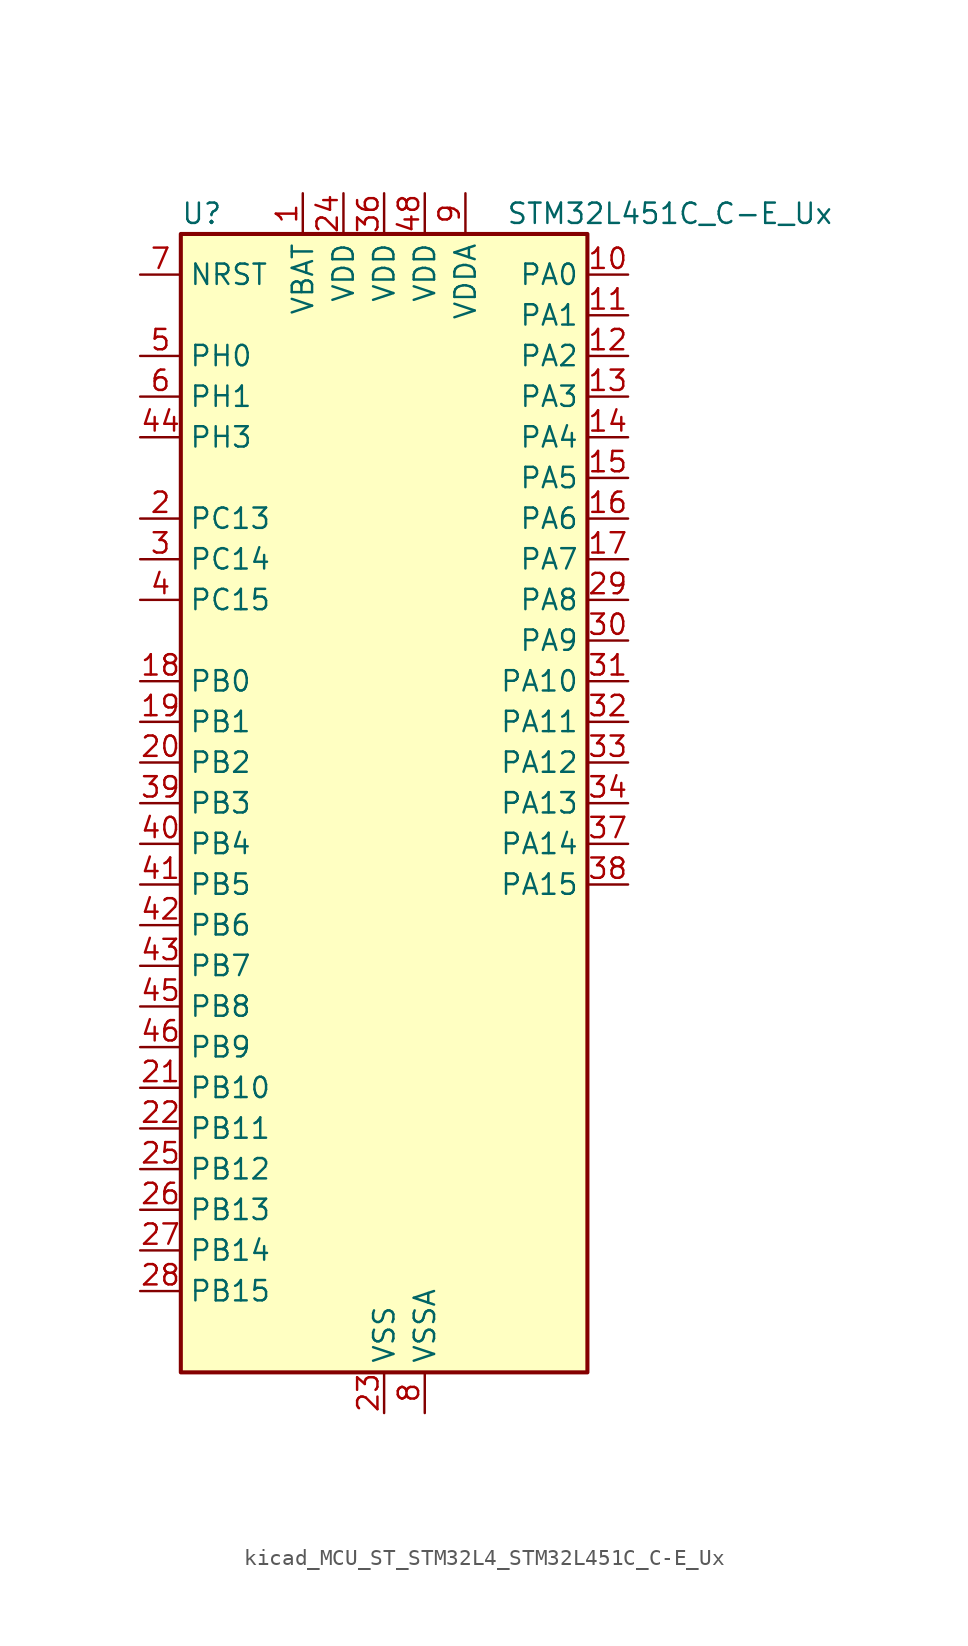
<source format=kicad_sym>
(kicad_symbol_lib
  (version 20220914)
  (generator kicad_symbol_editor)
  (symbol "kicad_MCU_ST_STM32L4_STM32L451C_C-E_Ux"
    (property "Reference" "U"
      (at -12.7 36.83 0)
      (effects (font (size 1.27 1.27)) (justify left)))
    (property "Value" "STM32L451C_C-E_Ux"
      (at 7.62 36.83 0)
      (effects (font (size 1.27 1.27)) (justify left)))
    (property "ki_locked" ""
      (at 0 0 0)
      (effects (font (size 1.27 1.27))))
    (symbol "kicad_MCU_ST_STM32L4_STM32L451C_C-E_Ux_0_1"
      (rectangle (start -12.7 -35.56) (end 12.7 35.56) (stroke (width 0.254) (type default)) (fill (type background))))
    (symbol "kicad_MCU_ST_STM32L4_STM32L451C_C-E_Ux_1_1"
      (pin power_in line (at -5.08 38.1 270) (length 2.54) (name "VBAT" (effects (font (size 1.27 1.27)))) (number "1" (effects (font (size 1.27 1.27)))))
      (pin bidirectional line (at 15.24 33.02 180) (length 2.54) (name "PA0" (effects (font (size 1.27 1.27)))) (number "10" (effects (font (size 1.27 1.27)))) (alternate "ADC1_IN5" bidirectional line) (alternate "COMP1_INM" bidirectional line) (alternate "COMP1_OUT" bidirectional line) (alternate "OPAMP1_VINP" bidirectional line) (alternate "RTC_TAMP2" bidirectional line) (alternate "SAI1_EXTCLK" bidirectional line) (alternate "SYS_WKUP1" bidirectional line) (alternate "TIM2_CH1" bidirectional line) (alternate "TIM2_ETR" bidirectional line) (alternate "UART4_TX" bidirectional line) (alternate "USART2_CTS" bidirectional line))
      (pin bidirectional line (at 15.24 30.48 180) (length 2.54) (name "PA1" (effects (font (size 1.27 1.27)))) (number "11" (effects (font (size 1.27 1.27)))) (alternate "ADC1_IN6" bidirectional line) (alternate "COMP1_INP" bidirectional line) (alternate "I2C1_SMBA" bidirectional line) (alternate "OPAMP1_VINM" bidirectional line) (alternate "SPI1_SCK" bidirectional line) (alternate "TIM15_CH1N" bidirectional line) (alternate "TIM2_CH2" bidirectional line) (alternate "UART4_RX" bidirectional line) (alternate "USART2_DE" bidirectional line) (alternate "USART2_RTS" bidirectional line))
      (pin bidirectional line (at 15.24 27.94 180) (length 2.54) (name "PA2" (effects (font (size 1.27 1.27)))) (number "12" (effects (font (size 1.27 1.27)))) (alternate "ADC1_IN7" bidirectional line) (alternate "COMP2_INM" bidirectional line) (alternate "COMP2_OUT" bidirectional line) (alternate "LPUART1_TX" bidirectional line) (alternate "QUADSPI_BK1_NCS" bidirectional line) (alternate "RCC_LSCO" bidirectional line) (alternate "SYS_WKUP4" bidirectional line) (alternate "TIM15_CH1" bidirectional line) (alternate "TIM2_CH3" bidirectional line) (alternate "USART2_TX" bidirectional line))
      (pin bidirectional line (at 15.24 25.4 180) (length 2.54) (name "PA3" (effects (font (size 1.27 1.27)))) (number "13" (effects (font (size 1.27 1.27)))) (alternate "ADC1_IN8" bidirectional line) (alternate "COMP2_INP" bidirectional line) (alternate "LPUART1_RX" bidirectional line) (alternate "OPAMP1_VOUT" bidirectional line) (alternate "QUADSPI_CLK" bidirectional line) (alternate "SAI1_MCLK_A" bidirectional line) (alternate "TIM15_CH2" bidirectional line) (alternate "TIM2_CH4" bidirectional line) (alternate "USART2_RX" bidirectional line))
      (pin bidirectional line (at 15.24 22.86 180) (length 2.54) (name "PA4" (effects (font (size 1.27 1.27)))) (number "14" (effects (font (size 1.27 1.27)))) (alternate "ADC1_IN9" bidirectional line) (alternate "COMP1_INM" bidirectional line) (alternate "COMP2_INM" bidirectional line) (alternate "DAC1_OUT1" bidirectional line) (alternate "LPTIM2_OUT" bidirectional line) (alternate "SAI1_FS_B" bidirectional line) (alternate "SPI1_NSS" bidirectional line) (alternate "SPI3_NSS" bidirectional line) (alternate "USART2_CK" bidirectional line))
      (pin bidirectional line (at 15.24 20.32 180) (length 2.54) (name "PA5" (effects (font (size 1.27 1.27)))) (number "15" (effects (font (size 1.27 1.27)))) (alternate "ADC1_IN10" bidirectional line) (alternate "COMP1_INM" bidirectional line) (alternate "COMP2_INM" bidirectional line) (alternate "DFSDM1_CKOUT" bidirectional line) (alternate "LPTIM2_ETR" bidirectional line) (alternate "SPI1_SCK" bidirectional line) (alternate "TIM2_CH1" bidirectional line) (alternate "TIM2_ETR" bidirectional line))
      (pin bidirectional line (at 15.24 17.78 180) (length 2.54) (name "PA6" (effects (font (size 1.27 1.27)))) (number "16" (effects (font (size 1.27 1.27)))) (alternate "ADC1_IN11" bidirectional line) (alternate "COMP1_OUT" bidirectional line) (alternate "LPUART1_CTS" bidirectional line) (alternate "QUADSPI_BK1_IO3" bidirectional line) (alternate "SPI1_MISO" bidirectional line) (alternate "TIM16_CH1" bidirectional line) (alternate "TIM1_BKIN" bidirectional line) (alternate "TIM1_BKIN_COMP2" bidirectional line) (alternate "TIM3_CH1" bidirectional line) (alternate "USART3_CTS" bidirectional line))
      (pin bidirectional line (at 15.24 15.24 180) (length 2.54) (name "PA7" (effects (font (size 1.27 1.27)))) (number "17" (effects (font (size 1.27 1.27)))) (alternate "ADC1_IN12" bidirectional line) (alternate "COMP2_OUT" bidirectional line) (alternate "DFSDM1_DATIN0" bidirectional line) (alternate "I2C3_SCL" bidirectional line) (alternate "QUADSPI_BK1_IO2" bidirectional line) (alternate "SPI1_MOSI" bidirectional line) (alternate "TIM1_CH1N" bidirectional line) (alternate "TIM3_CH2" bidirectional line))
      (pin bidirectional line (at -15.24 7.62 0) (length 2.54) (name "PB0" (effects (font (size 1.27 1.27)))) (number "18" (effects (font (size 1.27 1.27)))) (alternate "ADC1_IN15" bidirectional line) (alternate "COMP1_OUT" bidirectional line) (alternate "DFSDM1_CKIN0" bidirectional line) (alternate "QUADSPI_BK1_IO1" bidirectional line) (alternate "SAI1_EXTCLK" bidirectional line) (alternate "SPI1_NSS" bidirectional line) (alternate "TIM1_CH2N" bidirectional line) (alternate "TIM3_CH3" bidirectional line) (alternate "USART3_CK" bidirectional line))
      (pin bidirectional line (at -15.24 5.08 0) (length 2.54) (name "PB1" (effects (font (size 1.27 1.27)))) (number "19" (effects (font (size 1.27 1.27)))) (alternate "ADC1_IN16" bidirectional line) (alternate "COMP1_INM" bidirectional line) (alternate "DFSDM1_DATIN0" bidirectional line) (alternate "LPTIM2_IN1" bidirectional line) (alternate "LPUART1_DE" bidirectional line) (alternate "LPUART1_RTS" bidirectional line) (alternate "QUADSPI_BK1_IO0" bidirectional line) (alternate "TIM1_CH3N" bidirectional line) (alternate "TIM3_CH4" bidirectional line) (alternate "USART3_DE" bidirectional line) (alternate "USART3_RTS" bidirectional line))
      (pin bidirectional line (at -15.24 17.78 0) (length 2.54) (name "PC13" (effects (font (size 1.27 1.27)))) (number "2" (effects (font (size 1.27 1.27)))) (alternate "RTC_OUT_ALARM" bidirectional line) (alternate "RTC_OUT_CALIB" bidirectional line) (alternate "RTC_TAMP1" bidirectional line) (alternate "RTC_TS" bidirectional line) (alternate "SYS_WKUP2" bidirectional line))
      (pin bidirectional line (at -15.24 2.54 0) (length 2.54) (name "PB2" (effects (font (size 1.27 1.27)))) (number "20" (effects (font (size 1.27 1.27)))) (alternate "COMP1_INP" bidirectional line) (alternate "DFSDM1_CKIN0" bidirectional line) (alternate "I2C3_SMBA" bidirectional line) (alternate "LPTIM1_OUT" bidirectional line) (alternate "RTC_OUT_ALARM" bidirectional line) (alternate "RTC_OUT_CALIB" bidirectional line))
      (pin bidirectional line (at -15.24 -17.78 0) (length 2.54) (name "PB10" (effects (font (size 1.27 1.27)))) (number "21" (effects (font (size 1.27 1.27)))) (alternate "COMP1_OUT" bidirectional line) (alternate "I2C2_SCL" bidirectional line) (alternate "I2C4_SCL" bidirectional line) (alternate "LPUART1_RX" bidirectional line) (alternate "QUADSPI_CLK" bidirectional line) (alternate "SAI1_SCK_A" bidirectional line) (alternate "SPI2_SCK" bidirectional line) (alternate "TIM2_CH3" bidirectional line) (alternate "TSC_SYNC" bidirectional line) (alternate "USART3_TX" bidirectional line))
      (pin bidirectional line (at -15.24 -20.32 0) (length 2.54) (name "PB11" (effects (font (size 1.27 1.27)))) (number "22" (effects (font (size 1.27 1.27)))) (alternate "ADC1_EXTI11" bidirectional line) (alternate "COMP2_OUT" bidirectional line) (alternate "I2C2_SDA" bidirectional line) (alternate "I2C4_SDA" bidirectional line) (alternate "LPUART1_TX" bidirectional line) (alternate "QUADSPI_BK1_NCS" bidirectional line) (alternate "TIM2_CH4" bidirectional line) (alternate "USART3_RX" bidirectional line))
      (pin power_in line (at 0 -38.1 90) (length 2.54) (name "VSS" (effects (font (size 1.27 1.27)))) (number "23" (effects (font (size 1.27 1.27)))))
      (pin power_in line (at -2.54 38.1 270) (length 2.54) (name "VDD" (effects (font (size 1.27 1.27)))) (number "24" (effects (font (size 1.27 1.27)))))
      (pin bidirectional line (at -15.24 -22.86 0) (length 2.54) (name "PB12" (effects (font (size 1.27 1.27)))) (number "25" (effects (font (size 1.27 1.27)))) (alternate "CAN1_RX" bidirectional line) (alternate "DFSDM1_DATIN1" bidirectional line) (alternate "I2C2_SMBA" bidirectional line) (alternate "LPUART1_DE" bidirectional line) (alternate "LPUART1_RTS" bidirectional line) (alternate "SAI1_FS_A" bidirectional line) (alternate "SPI2_NSS" bidirectional line) (alternate "TIM15_BKIN" bidirectional line) (alternate "TIM1_BKIN" bidirectional line) (alternate "TIM1_BKIN_COMP2" bidirectional line) (alternate "TSC_G1_IO1" bidirectional line) (alternate "USART3_CK" bidirectional line))
      (pin bidirectional line (at -15.24 -25.4 0) (length 2.54) (name "PB13" (effects (font (size 1.27 1.27)))) (number "26" (effects (font (size 1.27 1.27)))) (alternate "CAN1_TX" bidirectional line) (alternate "DFSDM1_CKIN1" bidirectional line) (alternate "I2C2_SCL" bidirectional line) (alternate "LPUART1_CTS" bidirectional line) (alternate "SAI1_SCK_A" bidirectional line) (alternate "SPI2_SCK" bidirectional line) (alternate "TIM15_CH1N" bidirectional line) (alternate "TIM1_CH1N" bidirectional line) (alternate "TSC_G1_IO2" bidirectional line) (alternate "USART3_CTS" bidirectional line))
      (pin bidirectional line (at -15.24 -27.94 0) (length 2.54) (name "PB14" (effects (font (size 1.27 1.27)))) (number "27" (effects (font (size 1.27 1.27)))) (alternate "DFSDM1_DATIN2" bidirectional line) (alternate "I2C2_SDA" bidirectional line) (alternate "SAI1_MCLK_A" bidirectional line) (alternate "SPI2_MISO" bidirectional line) (alternate "TIM15_CH1" bidirectional line) (alternate "TIM1_CH2N" bidirectional line) (alternate "TSC_G1_IO3" bidirectional line) (alternate "USART3_DE" bidirectional line) (alternate "USART3_RTS" bidirectional line))
      (pin bidirectional line (at -15.24 -30.48 0) (length 2.54) (name "PB15" (effects (font (size 1.27 1.27)))) (number "28" (effects (font (size 1.27 1.27)))) (alternate "ADC1_EXTI15" bidirectional line) (alternate "DFSDM1_CKIN2" bidirectional line) (alternate "RTC_REFIN" bidirectional line) (alternate "SAI1_SD_A" bidirectional line) (alternate "SPI2_MOSI" bidirectional line) (alternate "TIM15_CH2" bidirectional line) (alternate "TIM1_CH3N" bidirectional line) (alternate "TSC_G1_IO4" bidirectional line))
      (pin bidirectional line (at 15.24 12.7 180) (length 2.54) (name "PA8" (effects (font (size 1.27 1.27)))) (number "29" (effects (font (size 1.27 1.27)))) (alternate "DFSDM1_CKIN1" bidirectional line) (alternate "LPTIM2_OUT" bidirectional line) (alternate "RCC_MCO" bidirectional line) (alternate "SAI1_SCK_A" bidirectional line) (alternate "TIM1_CH1" bidirectional line) (alternate "USART1_CK" bidirectional line))
      (pin bidirectional line (at -15.24 15.24 0) (length 2.54) (name "PC14" (effects (font (size 1.27 1.27)))) (number "3" (effects (font (size 1.27 1.27)))) (alternate "RCC_OSC32_IN" bidirectional line))
      (pin bidirectional line (at 15.24 10.16 180) (length 2.54) (name "PA9" (effects (font (size 1.27 1.27)))) (number "30" (effects (font (size 1.27 1.27)))) (alternate "DAC1_EXTI9" bidirectional line) (alternate "DFSDM1_DATIN1" bidirectional line) (alternate "I2C1_SCL" bidirectional line) (alternate "SAI1_FS_A" bidirectional line) (alternate "TIM15_BKIN" bidirectional line) (alternate "TIM1_CH2" bidirectional line) (alternate "USART1_TX" bidirectional line))
      (pin bidirectional line (at 15.24 7.62 180) (length 2.54) (name "PA10" (effects (font (size 1.27 1.27)))) (number "31" (effects (font (size 1.27 1.27)))) (alternate "I2C1_SDA" bidirectional line) (alternate "SAI1_SD_A" bidirectional line) (alternate "TIM1_CH3" bidirectional line) (alternate "USART1_RX" bidirectional line))
      (pin bidirectional line (at 15.24 5.08 180) (length 2.54) (name "PA11" (effects (font (size 1.27 1.27)))) (number "32" (effects (font (size 1.27 1.27)))) (alternate "ADC1_EXTI11" bidirectional line) (alternate "CAN1_RX" bidirectional line) (alternate "COMP1_OUT" bidirectional line) (alternate "SPI1_MISO" bidirectional line) (alternate "TIM1_BKIN2" bidirectional line) (alternate "TIM1_BKIN2_COMP1" bidirectional line) (alternate "TIM1_CH4" bidirectional line) (alternate "USART1_CTS" bidirectional line))
      (pin bidirectional line (at 15.24 2.54 180) (length 2.54) (name "PA12" (effects (font (size 1.27 1.27)))) (number "33" (effects (font (size 1.27 1.27)))) (alternate "CAN1_TX" bidirectional line) (alternate "SPI1_MOSI" bidirectional line) (alternate "TIM1_ETR" bidirectional line) (alternate "USART1_DE" bidirectional line) (alternate "USART1_RTS" bidirectional line))
      (pin bidirectional line (at 15.24 0 180) (length 2.54) (name "PA13" (effects (font (size 1.27 1.27)))) (number "34" (effects (font (size 1.27 1.27)))) (alternate "IR_OUT" bidirectional line) (alternate "SAI1_SD_B" bidirectional line) (alternate "SYS_JTMS-SWDIO" bidirectional line))
      (pin passive line (at 0 -38.1 90) (length 2.54) hide (name "VSS" (effects (font (size 1.27 1.27)))) (number "35" (effects (font (size 1.27 1.27)))))
      (pin power_in line (at 0 38.1 270) (length 2.54) (name "VDD" (effects (font (size 1.27 1.27)))) (number "36" (effects (font (size 1.27 1.27)))))
      (pin bidirectional line (at 15.24 -2.54 180) (length 2.54) (name "PA14" (effects (font (size 1.27 1.27)))) (number "37" (effects (font (size 1.27 1.27)))) (alternate "I2C1_SMBA" bidirectional line) (alternate "I2C4_SMBA" bidirectional line) (alternate "LPTIM1_OUT" bidirectional line) (alternate "SAI1_FS_B" bidirectional line) (alternate "SYS_JTCK-SWCLK" bidirectional line))
      (pin bidirectional line (at 15.24 -5.08 180) (length 2.54) (name "PA15" (effects (font (size 1.27 1.27)))) (number "38" (effects (font (size 1.27 1.27)))) (alternate "ADC1_EXTI15" bidirectional line) (alternate "SPI1_NSS" bidirectional line) (alternate "SPI3_NSS" bidirectional line) (alternate "SYS_JTDI" bidirectional line) (alternate "TIM2_CH1" bidirectional line) (alternate "TIM2_ETR" bidirectional line) (alternate "UART4_DE" bidirectional line) (alternate "UART4_RTS" bidirectional line) (alternate "USART2_RX" bidirectional line) (alternate "USART3_DE" bidirectional line) (alternate "USART3_RTS" bidirectional line))
      (pin bidirectional line (at -15.24 0 0) (length 2.54) (name "PB3" (effects (font (size 1.27 1.27)))) (number "39" (effects (font (size 1.27 1.27)))) (alternate "COMP2_INM" bidirectional line) (alternate "SAI1_SCK_B" bidirectional line) (alternate "SPI1_SCK" bidirectional line) (alternate "SPI3_SCK" bidirectional line) (alternate "SYS_JTDO-SWO" bidirectional line) (alternate "TIM2_CH2" bidirectional line) (alternate "USART1_DE" bidirectional line) (alternate "USART1_RTS" bidirectional line))
      (pin bidirectional line (at -15.24 12.7 0) (length 2.54) (name "PC15" (effects (font (size 1.27 1.27)))) (number "4" (effects (font (size 1.27 1.27)))) (alternate "ADC1_EXTI15" bidirectional line) (alternate "RCC_OSC32_OUT" bidirectional line))
      (pin bidirectional line (at -15.24 -2.54 0) (length 2.54) (name "PB4" (effects (font (size 1.27 1.27)))) (number "40" (effects (font (size 1.27 1.27)))) (alternate "COMP2_INP" bidirectional line) (alternate "I2C3_SDA" bidirectional line) (alternate "SAI1_MCLK_B" bidirectional line) (alternate "SPI1_MISO" bidirectional line) (alternate "SPI3_MISO" bidirectional line) (alternate "SYS_JTRST" bidirectional line) (alternate "TIM3_CH1" bidirectional line) (alternate "TSC_G2_IO1" bidirectional line) (alternate "USART1_CTS" bidirectional line))
      (pin bidirectional line (at -15.24 -5.08 0) (length 2.54) (name "PB5" (effects (font (size 1.27 1.27)))) (number "41" (effects (font (size 1.27 1.27)))) (alternate "CAN1_RX" bidirectional line) (alternate "COMP2_OUT" bidirectional line) (alternate "I2C1_SMBA" bidirectional line) (alternate "LPTIM1_IN1" bidirectional line) (alternate "SAI1_SD_B" bidirectional line) (alternate "SPI1_MOSI" bidirectional line) (alternate "SPI3_MOSI" bidirectional line) (alternate "TIM16_BKIN" bidirectional line) (alternate "TIM3_CH2" bidirectional line) (alternate "TSC_G2_IO2" bidirectional line) (alternate "USART1_CK" bidirectional line))
      (pin bidirectional line (at -15.24 -7.62 0) (length 2.54) (name "PB6" (effects (font (size 1.27 1.27)))) (number "42" (effects (font (size 1.27 1.27)))) (alternate "CAN1_TX" bidirectional line) (alternate "COMP2_INP" bidirectional line) (alternate "I2C1_SCL" bidirectional line) (alternate "I2C4_SCL" bidirectional line) (alternate "LPTIM1_ETR" bidirectional line) (alternate "SAI1_FS_B" bidirectional line) (alternate "TIM16_CH1N" bidirectional line) (alternate "TSC_G2_IO3" bidirectional line) (alternate "USART1_TX" bidirectional line))
      (pin bidirectional line (at -15.24 -10.16 0) (length 2.54) (name "PB7" (effects (font (size 1.27 1.27)))) (number "43" (effects (font (size 1.27 1.27)))) (alternate "COMP2_INM" bidirectional line) (alternate "I2C1_SDA" bidirectional line) (alternate "I2C4_SDA" bidirectional line) (alternate "LPTIM1_IN2" bidirectional line) (alternate "SYS_PVD_IN" bidirectional line) (alternate "TSC_G2_IO4" bidirectional line) (alternate "UART4_CTS" bidirectional line) (alternate "USART1_RX" bidirectional line))
      (pin bidirectional line (at -15.24 22.86 0) (length 2.54) (name "PH3" (effects (font (size 1.27 1.27)))) (number "44" (effects (font (size 1.27 1.27)))))
      (pin bidirectional line (at -15.24 -12.7 0) (length 2.54) (name "PB8" (effects (font (size 1.27 1.27)))) (number "45" (effects (font (size 1.27 1.27)))) (alternate "CAN1_RX" bidirectional line) (alternate "I2C1_SCL" bidirectional line) (alternate "SAI1_MCLK_A" bidirectional line) (alternate "TIM16_CH1" bidirectional line))
      (pin bidirectional line (at -15.24 -15.24 0) (length 2.54) (name "PB9" (effects (font (size 1.27 1.27)))) (number "46" (effects (font (size 1.27 1.27)))) (alternate "CAN1_TX" bidirectional line) (alternate "DAC1_EXTI9" bidirectional line) (alternate "I2C1_SDA" bidirectional line) (alternate "IR_OUT" bidirectional line) (alternate "SAI1_FS_A" bidirectional line) (alternate "SPI2_NSS" bidirectional line))
      (pin passive line (at 0 -38.1 90) (length 2.54) hide (name "VSS" (effects (font (size 1.27 1.27)))) (number "47" (effects (font (size 1.27 1.27)))))
      (pin power_in line (at 2.54 38.1 270) (length 2.54) (name "VDD" (effects (font (size 1.27 1.27)))) (number "48" (effects (font (size 1.27 1.27)))))
      (pin passive line (at 0 -38.1 90) (length 2.54) hide (name "VSS" (effects (font (size 1.27 1.27)))) (number "49" (effects (font (size 1.27 1.27)))))
      (pin bidirectional line (at -15.24 27.94 0) (length 2.54) (name "PH0" (effects (font (size 1.27 1.27)))) (number "5" (effects (font (size 1.27 1.27)))) (alternate "RCC_OSC_IN" bidirectional line))
      (pin bidirectional line (at -15.24 25.4 0) (length 2.54) (name "PH1" (effects (font (size 1.27 1.27)))) (number "6" (effects (font (size 1.27 1.27)))) (alternate "RCC_OSC_OUT" bidirectional line))
      (pin input line (at -15.24 33.02 0) (length 2.54) (name "NRST" (effects (font (size 1.27 1.27)))) (number "7" (effects (font (size 1.27 1.27)))))
      (pin power_in line (at 2.54 -38.1 90) (length 2.54) (name "VSSA" (effects (font (size 1.27 1.27)))) (number "8" (effects (font (size 1.27 1.27)))))
      (pin power_in line (at 5.08 38.1 270) (length 2.54) (name "VDDA" (effects (font (size 1.27 1.27)))) (number "9" (effects (font (size 1.27 1.27))))))))
</source>
